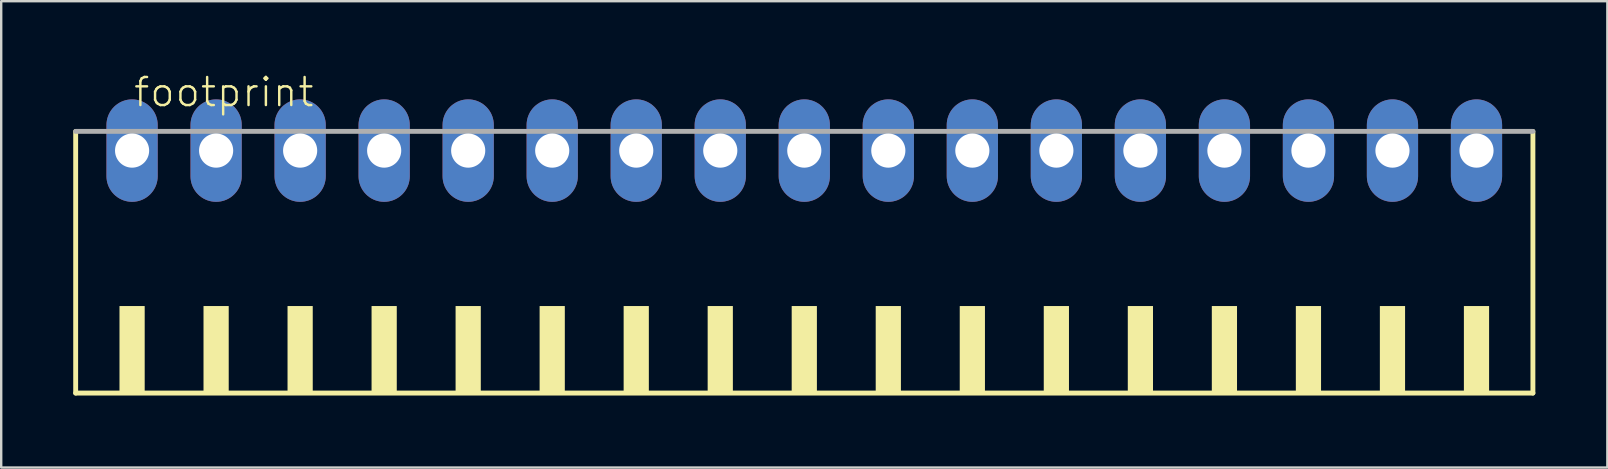
<source format=kicad_pcb>
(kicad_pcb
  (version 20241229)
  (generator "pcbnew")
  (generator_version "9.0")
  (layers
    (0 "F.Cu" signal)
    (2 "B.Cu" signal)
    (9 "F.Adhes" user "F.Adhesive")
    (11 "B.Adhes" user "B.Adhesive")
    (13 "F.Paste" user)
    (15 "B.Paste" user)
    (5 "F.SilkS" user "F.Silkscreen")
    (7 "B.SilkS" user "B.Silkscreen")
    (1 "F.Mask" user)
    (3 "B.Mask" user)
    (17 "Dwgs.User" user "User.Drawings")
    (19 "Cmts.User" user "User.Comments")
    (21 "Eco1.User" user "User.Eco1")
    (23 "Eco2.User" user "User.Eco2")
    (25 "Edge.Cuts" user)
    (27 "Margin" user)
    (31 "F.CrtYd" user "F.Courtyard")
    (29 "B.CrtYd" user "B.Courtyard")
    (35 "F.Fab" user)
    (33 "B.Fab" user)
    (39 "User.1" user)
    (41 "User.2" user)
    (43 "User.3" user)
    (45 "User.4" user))
  (footprint "footprint"
    (layer "F.Cu")
    (at 30.452 8.473)
    (property "Reference" "footprint" (at -28 -7 0) (layer "F.SilkS") (effects (font (size 1.168 1.168) (thickness 0.102)) (justify left bottom)))
    (fp_line (start -30.35 -6.05) (end -30.35 4.85) (stroke (width 0.203) (type solid)) (layer "F.SilkS"))
    (fp_line (start -30.35 4.85) (end 30.35 4.85) (stroke (width 0.203) (type solid)) (layer "F.SilkS"))
    (fp_line (start 30.35 4.85) (end 30.35 -6.05) (stroke (width 0.203) (type solid)) (layer "F.SilkS"))
    (fp_poly (pts (xy -28.525 4.9) (xy -27.475 4.9) (xy -27.475 1.225) (xy -28.525 1.225)) (stroke (width 0) (type solid)) (fill yes) (layer "F.SilkS"))
    (fp_poly (pts (xy -25.025 4.9) (xy -23.975 4.9) (xy -23.975 1.225) (xy -25.025 1.225)) (stroke (width 0) (type solid)) (fill yes) (layer "F.SilkS"))
    (fp_poly (pts (xy -21.525 4.9) (xy -20.475 4.9) (xy -20.475 1.225) (xy -21.525 1.225)) (stroke (width 0) (type solid)) (fill yes) (layer "F.SilkS"))
    (fp_poly (pts (xy -18.025 4.9) (xy -16.975 4.9) (xy -16.975 1.225) (xy -18.025 1.225)) (stroke (width 0) (type solid)) (fill yes) (layer "F.SilkS"))
    (fp_poly (pts (xy -14.525 4.9) (xy -13.475 4.9) (xy -13.475 1.225) (xy -14.525 1.225)) (stroke (width 0) (type solid)) (fill yes) (layer "F.SilkS"))
    (fp_poly (pts (xy -11.025 4.9) (xy -9.975 4.9) (xy -9.975 1.225) (xy -11.025 1.225)) (stroke (width 0) (type solid)) (fill yes) (layer "F.SilkS"))
    (fp_poly (pts (xy -7.525 4.9) (xy -6.475 4.9) (xy -6.475 1.225) (xy -7.525 1.225)) (stroke (width 0) (type solid)) (fill yes) (layer "F.SilkS"))
    (fp_poly (pts (xy -4.025 4.9) (xy -2.975 4.9) (xy -2.975 1.225) (xy -4.025 1.225)) (stroke (width 0) (type solid)) (fill yes) (layer "F.SilkS"))
    (fp_poly (pts (xy -0.525 4.9) (xy 0.525 4.9) (xy 0.525 1.225) (xy -0.525 1.225)) (stroke (width 0) (type solid)) (fill yes) (layer "F.SilkS"))
    (fp_poly (pts (xy 2.975 4.9) (xy 4.025 4.9) (xy 4.025 1.225) (xy 2.975 1.225)) (stroke (width 0) (type solid)) (fill yes) (layer "F.SilkS"))
    (fp_poly (pts (xy 6.475 4.9) (xy 7.525 4.9) (xy 7.525 1.225) (xy 6.475 1.225)) (stroke (width 0) (type solid)) (fill yes) (layer "F.SilkS"))
    (fp_poly (pts (xy 9.975 4.9) (xy 11.025 4.9) (xy 11.025 1.225) (xy 9.975 1.225)) (stroke (width 0) (type solid)) (fill yes) (layer "F.SilkS"))
    (fp_poly (pts (xy 13.475 4.9) (xy 14.525 4.9) (xy 14.525 1.225) (xy 13.475 1.225)) (stroke (width 0) (type solid)) (fill yes) (layer "F.SilkS"))
    (fp_poly (pts (xy 16.975 4.9) (xy 18.025 4.9) (xy 18.025 1.225) (xy 16.975 1.225)) (stroke (width 0) (type solid)) (fill yes) (layer "F.SilkS"))
    (fp_poly (pts (xy 20.475 4.9) (xy 21.525 4.9) (xy 21.525 1.225) (xy 20.475 1.225)) (stroke (width 0) (type solid)) (fill yes) (layer "F.SilkS"))
    (fp_poly (pts (xy 23.975 4.9) (xy 25.025 4.9) (xy 25.025 1.225) (xy 23.975 1.225)) (stroke (width 0) (type solid)) (fill yes) (layer "F.SilkS"))
    (fp_poly (pts (xy 27.475 4.9) (xy 28.525 4.9) (xy 28.525 1.225) (xy 27.475 1.225)) (stroke (width 0) (type solid)) (fill yes) (layer "F.SilkS"))
    (fp_line (start 30.35 -6.05) (end -30.35 -6.05) (stroke (width 0.203) (type solid)) (layer "F.Fab"))
    (pad "1" thru_hole oval (at -28 -5.25 90) (size 4.267 2.134) (drill 1.422) (layers "*.Cu" "*.Mask"))
    (pad "2" thru_hole oval (at -24.5 -5.25 90) (size 4.267 2.134) (drill 1.422) (layers "*.Cu" "*.Mask"))
    (pad "3" thru_hole oval (at -21 -5.25 90) (size 4.267 2.134) (drill 1.422) (layers "*.Cu" "*.Mask"))
    (pad "4" thru_hole oval (at -17.5 -5.25 90) (size 4.267 2.134) (drill 1.422) (layers "*.Cu" "*.Mask"))
    (pad "5" thru_hole oval (at -14 -5.25 90) (size 4.267 2.134) (drill 1.422) (layers "*.Cu" "*.Mask"))
    (pad "6" thru_hole oval (at -10.5 -5.25 90) (size 4.267 2.134) (drill 1.422) (layers "*.Cu" "*.Mask"))
    (pad "7" thru_hole oval (at -7 -5.25 90) (size 4.267 2.134) (drill 1.422) (layers "*.Cu" "*.Mask"))
    (pad "8" thru_hole oval (at -3.5 -5.25 90) (size 4.267 2.134) (drill 1.422) (layers "*.Cu" "*.Mask"))
    (pad "9" thru_hole oval (at 0 -5.25 90) (size 4.267 2.134) (drill 1.422) (layers "*.Cu" "*.Mask"))
    (pad "10" thru_hole oval (at 3.5 -5.25 90) (size 4.267 2.134) (drill 1.422) (layers "*.Cu" "*.Mask"))
    (pad "11" thru_hole oval (at 7 -5.25 90) (size 4.267 2.134) (drill 1.422) (layers "*.Cu" "*.Mask"))
    (pad "12" thru_hole oval (at 10.5 -5.25 90) (size 4.267 2.134) (drill 1.422) (layers "*.Cu" "*.Mask"))
    (pad "13" thru_hole oval (at 14 -5.25 90) (size 4.267 2.134) (drill 1.422) (layers "*.Cu" "*.Mask"))
    (pad "14" thru_hole oval (at 17.5 -5.25 90) (size 4.267 2.134) (drill 1.422) (layers "*.Cu" "*.Mask"))
    (pad "15" thru_hole oval (at 21 -5.25 90) (size 4.267 2.134) (drill 1.422) (layers "*.Cu" "*.Mask"))
    (pad "16" thru_hole oval (at 24.5 -5.25 90) (size 4.267 2.134) (drill 1.422) (layers "*.Cu" "*.Mask"))
    (pad "17" thru_hole oval (at 28 -5.25 90) (size 4.267 2.134) (drill 1.422) (layers "*.Cu" "*.Mask")))
  (gr_rect
    (start -3 -3)
    (end 63.903 16.425)
    (stroke (width 0.1) (type default))
    (fill no)
    (layer "Edge.Cuts")))
</source>
